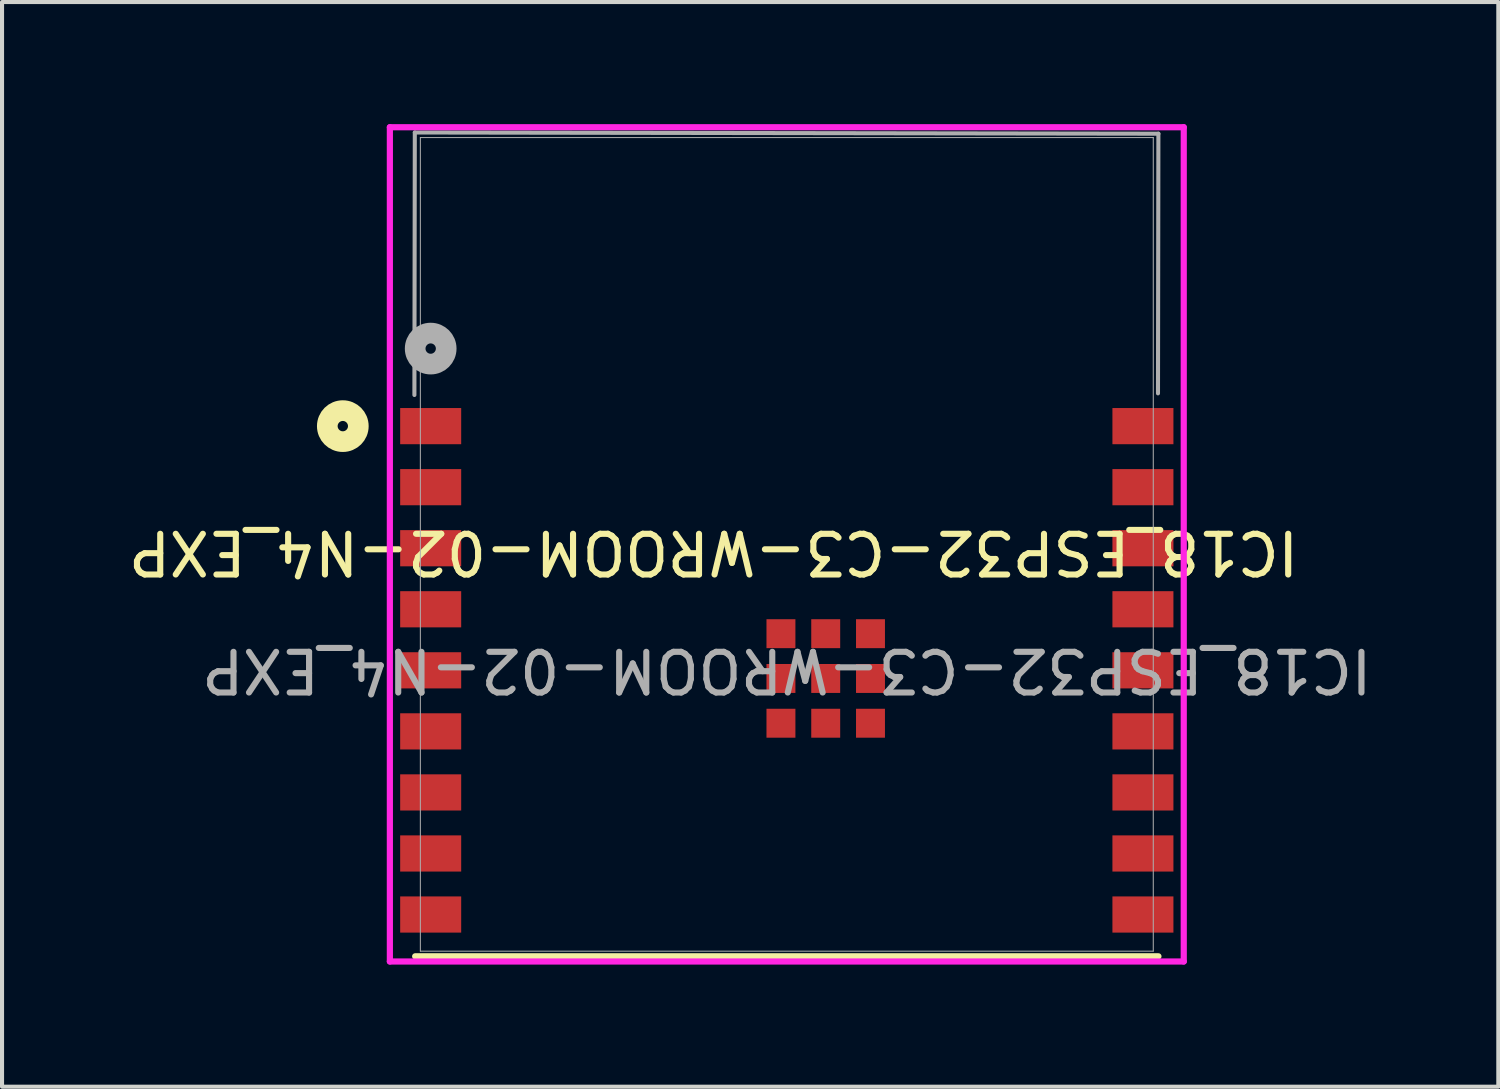
<source format=kicad_pcb>
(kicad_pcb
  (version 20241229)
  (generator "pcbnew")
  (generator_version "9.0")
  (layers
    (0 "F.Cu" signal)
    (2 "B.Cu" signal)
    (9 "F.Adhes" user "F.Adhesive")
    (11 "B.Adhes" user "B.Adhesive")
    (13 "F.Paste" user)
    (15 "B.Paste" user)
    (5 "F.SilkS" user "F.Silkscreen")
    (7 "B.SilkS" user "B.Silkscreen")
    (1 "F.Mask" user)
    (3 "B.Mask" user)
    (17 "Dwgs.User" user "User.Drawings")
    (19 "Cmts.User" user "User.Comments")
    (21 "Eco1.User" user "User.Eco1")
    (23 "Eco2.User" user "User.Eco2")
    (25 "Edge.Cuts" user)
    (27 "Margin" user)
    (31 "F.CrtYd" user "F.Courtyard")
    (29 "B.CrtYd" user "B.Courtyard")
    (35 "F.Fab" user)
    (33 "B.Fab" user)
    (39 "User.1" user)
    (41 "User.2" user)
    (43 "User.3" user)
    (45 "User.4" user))
  (footprint "IC18_ESP32-C3-WROOM-02-N4_EXP"
    (layer "F.Cu")
    (at 16.282 10.325)
    (property "Reference" "IC18_ESP32-C3-WROOM-02-N4_EXP" (at -1.8 0.195 180) (unlocked yes) (layer "F.SilkS") (effects (font (size 1 1) (thickness 0.15))))
    (attr smd)
    (fp_line (start -9.131 10.122) (end 9.131 10.122) (stroke (width 0.152) (type solid)) (layer "F.SilkS"))
    (fp_circle (center -10.909 -2.905) (end -10.528 -2.905) (stroke (width 0.508) (type solid)) (fill no) (layer "F.SilkS"))
    (fp_line (start -9.753 -10.249) (end -9.753 10.249) (stroke (width 0.152) (type solid)) (layer "F.CrtYd"))
    (fp_line (start -9.753 10.249) (end 9.753 10.249) (stroke (width 0.152) (type solid)) (layer "F.CrtYd"))
    (fp_line (start 9.753 -10.249) (end -9.753 -10.249) (stroke (width 0.152) (type solid)) (layer "F.CrtYd"))
    (fp_line (start 9.753 10.249) (end 9.753 -10.249) (stroke (width 0.152) (type solid)) (layer "F.CrtYd"))
    (fp_line (start -9.14 -10.12) (end -9.15 -3.67) (stroke (width 0.1) (type solid)) (layer "F.Fab"))
    (fp_line (start -9.004 -9.995) (end -9.004 9.995) (stroke (width 0.025) (type solid)) (layer "F.Fab"))
    (fp_line (start -9.004 9.995) (end 9.004 9.995) (stroke (width 0.025) (type solid)) (layer "F.Fab"))
    (fp_line (start 9.004 -9.995) (end -9.004 -9.995) (stroke (width 0.025) (type solid)) (layer "F.Fab"))
    (fp_line (start 9.004 9.995) (end 9.004 -9.995) (stroke (width 0.025) (type solid)) (layer "F.Fab"))
    (fp_line (start 9.12 -3.71) (end 9.13 -10.09) (stroke (width 0.1) (type solid)) (layer "F.Fab"))
    (fp_line (start 9.13 -10.09) (end -9.14 -10.12) (stroke (width 0.1) (type solid)) (layer "F.Fab"))
    (fp_circle (center -8.75 -4.81) (end -8.369 -4.81) (stroke (width 0.508) (type solid)) (fill no) (layer "F.Fab"))
    (fp_text user "${REFERENCE}" (at 0 3.095 180) (unlocked yes) (layer "F.Fab") (effects (font (size 1 1) (thickness 0.15))))
    (pad "1" smd rect (at -8.75 -2.905 180) (size 1.499 0.889) (layers "F.Cu" "F.Mask" "F.Paste"))
    (pad "2" smd rect (at -8.75 -1.405 180) (size 1.499 0.889) (layers "F.Cu" "F.Mask" "F.Paste"))
    (pad "3" smd rect (at -8.75 0.095 180) (size 1.499 0.889) (layers "F.Cu" "F.Mask" "F.Paste"))
    (pad "4" smd rect (at -8.75 1.595 180) (size 1.499 0.889) (layers "F.Cu" "F.Mask" "F.Paste"))
    (pad "5" smd rect (at -8.75 3.095 180) (size 1.499 0.889) (layers "F.Cu" "F.Mask" "F.Paste"))
    (pad "6" smd rect (at -8.75 4.595 180) (size 1.499 0.889) (layers "F.Cu" "F.Mask" "F.Paste"))
    (pad "7" smd rect (at -8.75 6.095 180) (size 1.499 0.889) (layers "F.Cu" "F.Mask" "F.Paste"))
    (pad "8" smd rect (at -8.75 7.595 180) (size 1.499 0.889) (layers "F.Cu" "F.Mask" "F.Paste"))
    (pad "9" smd rect (at -8.75 9.095 180) (size 1.499 0.889) (layers "F.Cu" "F.Mask" "F.Paste"))
    (pad "10" smd rect (at 8.75 9.095 180) (size 1.499 0.889) (layers "F.Cu" "F.Mask" "F.Paste"))
    (pad "11" smd rect (at 8.75 7.595 180) (size 1.499 0.889) (layers "F.Cu" "F.Mask" "F.Paste"))
    (pad "12" smd rect (at 8.75 6.095 180) (size 1.499 0.889) (layers "F.Cu" "F.Mask" "F.Paste"))
    (pad "13" smd rect (at 8.75 4.595 180) (size 1.499 0.889) (layers "F.Cu" "F.Mask" "F.Paste"))
    (pad "14" smd rect (at 8.75 3.095 180) (size 1.499 0.889) (layers "F.Cu" "F.Mask" "F.Paste"))
    (pad "15" smd rect (at 8.75 1.595 180) (size 1.499 0.889) (layers "F.Cu" "F.Mask" "F.Paste"))
    (pad "16" smd rect (at 8.75 0.095 180) (size 1.499 0.889) (layers "F.Cu" "F.Mask" "F.Paste"))
    (pad "17" smd rect (at 8.75 -1.405 180) (size 1.499 0.889) (layers "F.Cu" "F.Mask" "F.Paste"))
    (pad "18" smd rect (at 8.75 -2.905 180) (size 1.499 0.889) (layers "F.Cu" "F.Mask" "F.Paste"))
    (pad "19" smd rect (at -0.144 2.195 180) (size 0.711 0.711) (layers "F.Cu" "F.Mask" "F.Paste"))
    (pad "20" smd rect (at 0.956 2.195 180) (size 0.711 0.711) (layers "F.Cu" "F.Mask" "F.Paste"))
    (pad "21" smd rect (at 2.056 2.195 180) (size 0.711 0.711) (layers "F.Cu" "F.Mask" "F.Paste"))
    (pad "22" smd rect (at -0.144 3.295 180) (size 0.711 0.711) (layers "F.Cu" "F.Mask" "F.Paste"))
    (pad "23" smd rect (at 0.956 3.295 180) (size 0.711 0.711) (layers "F.Cu" "F.Mask" "F.Paste"))
    (pad "24" smd rect (at 2.056 3.295 180) (size 0.711 0.711) (layers "F.Cu" "F.Mask" "F.Paste"))
    (pad "25" smd rect (at -0.144 4.395 180) (size 0.711 0.711) (layers "F.Cu" "F.Mask" "F.Paste"))
    (pad "26" smd rect (at 0.956 4.395 180) (size 0.711 0.711) (layers "F.Cu" "F.Mask" "F.Paste"))
    (pad "27" smd rect (at 2.056 4.395 180) (size 0.711 0.711) (layers "F.Cu" "F.Mask" "F.Paste")))
  (gr_rect
    (start -3 -3)
    (end 33.764 23.65)
    (stroke (width 0.1) (type default))
    (fill no)
    (layer "Edge.Cuts")))
</source>
